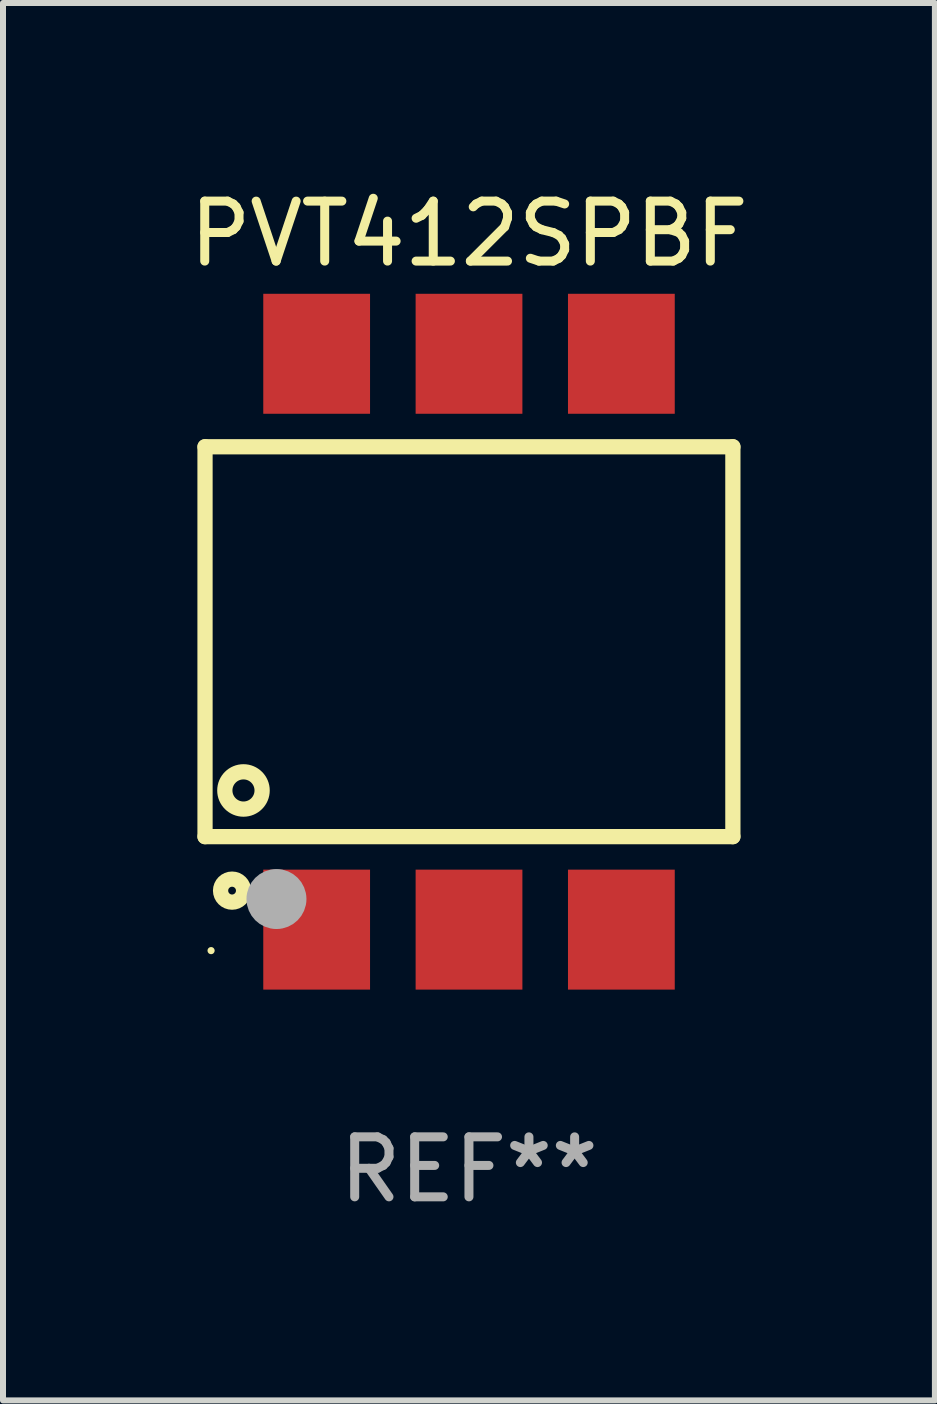
<source format=kicad_pcb>
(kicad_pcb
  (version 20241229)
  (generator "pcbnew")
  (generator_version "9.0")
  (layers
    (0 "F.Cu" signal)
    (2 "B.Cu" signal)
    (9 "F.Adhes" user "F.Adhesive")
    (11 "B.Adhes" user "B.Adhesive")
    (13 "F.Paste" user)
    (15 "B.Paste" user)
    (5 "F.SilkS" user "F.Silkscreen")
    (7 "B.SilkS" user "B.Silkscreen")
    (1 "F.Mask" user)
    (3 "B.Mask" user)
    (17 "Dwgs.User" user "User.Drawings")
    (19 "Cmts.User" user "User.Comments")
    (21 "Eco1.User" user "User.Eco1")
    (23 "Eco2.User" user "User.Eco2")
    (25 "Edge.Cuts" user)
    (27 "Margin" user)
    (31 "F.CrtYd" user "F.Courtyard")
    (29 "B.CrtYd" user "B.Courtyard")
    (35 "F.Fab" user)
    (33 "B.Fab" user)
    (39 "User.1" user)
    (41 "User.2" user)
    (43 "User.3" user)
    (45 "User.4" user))
  (footprint "PVT412SPBF"
    (layer "F.Cu")
    (at 4.768 7.648)
    (property "Reference" "PVT412SPBF" (at 0 -6.8 0) (layer "F.SilkS") (effects (font (size 1 1) (thickness 0.15))))
    (attr through_hole)
    (fp_line (start -4.4 -3.25) (end -4.4 3.25) (stroke (width 0.254) (type solid)) (layer "F.SilkS"))
    (fp_line (start -4.4 -3.25) (end 4.4 -3.25) (stroke (width 0.254) (type solid)) (layer "F.SilkS"))
    (fp_line (start 4.4 3.25) (end -4.4 3.25) (stroke (width 0.254) (type solid)) (layer "F.SilkS"))
    (fp_line (start 4.4 3.25) (end 4.4 -3.25) (stroke (width 0.254) (type solid)) (layer "F.SilkS"))
    (fp_circle (center -4.299 5.15) (end -4.269 5.15) (stroke (width 0.06) (type solid)) (fill no) (layer "F.SilkS"))
    (fp_circle (center -3.949 4.15) (end -3.757 4.15) (stroke (width 0.254) (type solid)) (fill no) (layer "F.SilkS"))
    (fp_circle (center -3.759 2.48) (end -3.448 2.48) (stroke (width 0.254) (type solid)) (fill no) (layer "F.SilkS"))
    (fp_circle (center -3.209 4.29) (end -2.959 4.29) (stroke (width 0.5) (type solid)) (fill no) (layer "F.Fab"))
    (fp_text user "REF**" (at 0 8.8 0) (layer "F.Fab") (effects (font (size 1 1) (thickness 0.15))))
    (pad "1" smd rect (at -2.539 4.8) (size 1.78 2) (layers "F.Cu" "F.Mask" "F.Paste"))
    (pad "2" smd rect (at 0.001 4.8) (size 1.78 2) (layers "F.Cu" "F.Mask" "F.Paste"))
    (pad "3" smd rect (at 2.541 4.8) (size 1.78 2) (layers "F.Cu" "F.Mask" "F.Paste"))
    (pad "4" smd rect (at 2.541 -4.8) (size 1.78 2) (layers "F.Cu" "F.Mask" "F.Paste"))
    (pad "5" smd rect (at 0.001 -4.8) (size 1.78 2) (layers "F.Cu" "F.Mask" "F.Paste"))
    (pad "6" smd rect (at -2.539 -4.8) (size 1.78 2) (layers "F.Cu" "F.Mask" "F.Paste")))
  (gr_rect
    (start -3 -3)
    (end 12.536 20.297)
    (stroke (width 0.1) (type default))
    (fill no)
    (layer "Edge.Cuts")))
</source>
